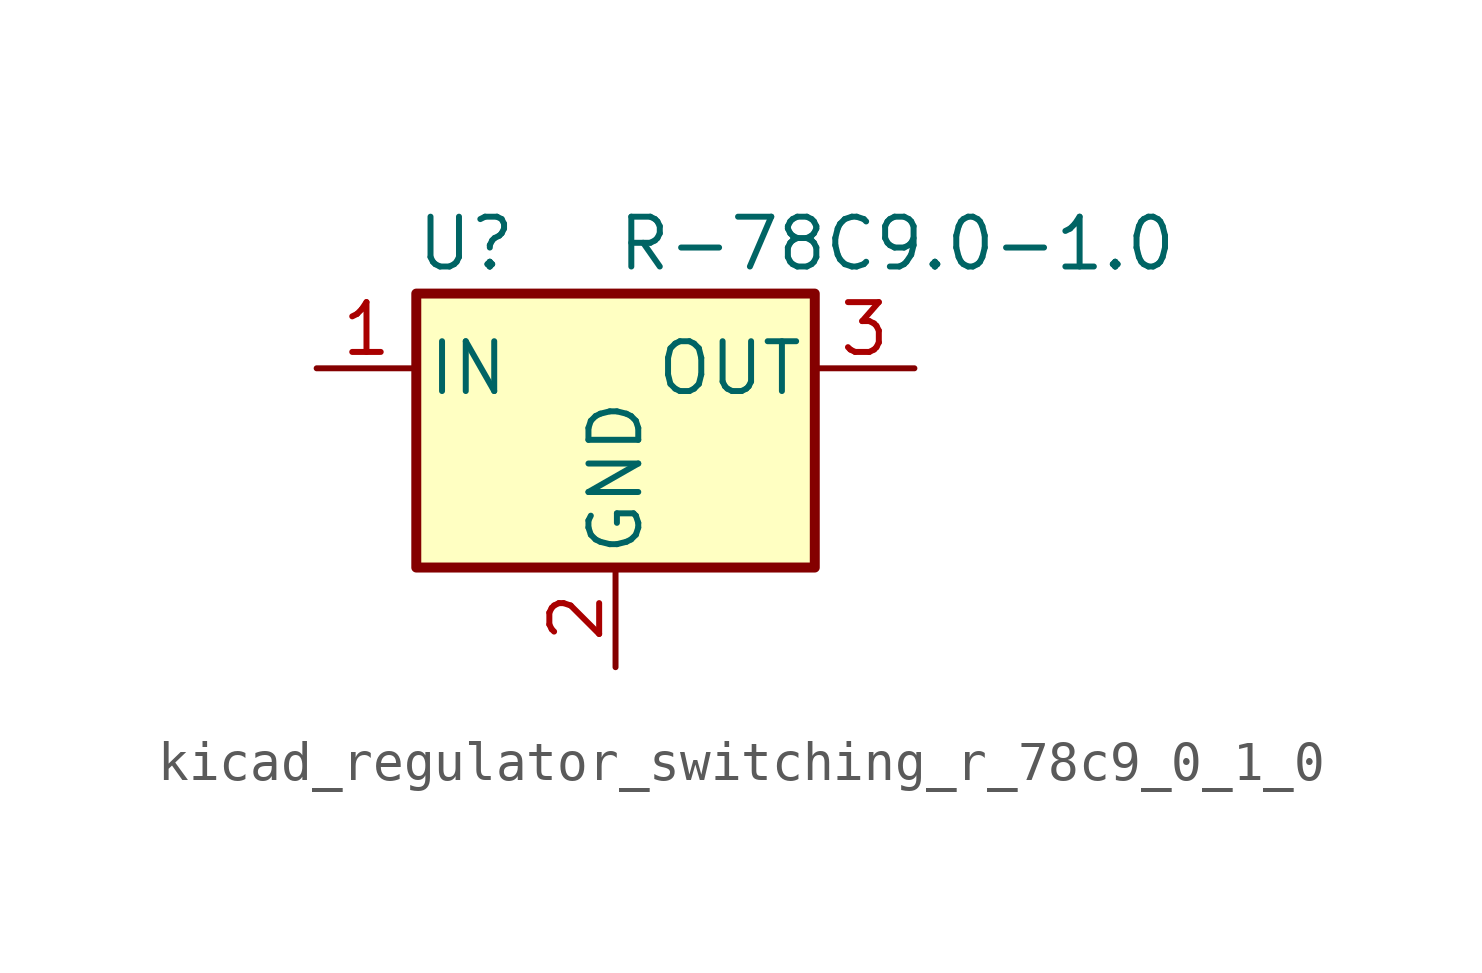
<source format=kicad_sym>
(kicad_symbol_lib
  (version 20220914)
  (generator kicad_symbol_editor)
  (symbol "kicad_regulator_switching_r_78c9_0_1_0"
    (pin_names
      (offset 0.254))
    (property "Reference" "U"
      (at -3.81 3.175 0)
      (effects (font (size 1.27 1.27))))
    (property "Value" "R-78C9.0-1.0"
      (at 0 3.175 0)
      (effects (font (size 1.27 1.27)) (justify left)))
    (symbol "kicad_regulator_switching_r_78c9_0_1_0_0_1"
      (rectangle (start -5.08 1.905) (end 5.08 -5.08) (stroke (width 0.254) (type default)) (fill (type background))))
    (symbol "kicad_regulator_switching_r_78c9_0_1_0_1_1"
      (pin power_in line (at -7.62 0 0) (length 2.54) (name "IN" (effects (font (size 1.27 1.27)))) (number "1" (effects (font (size 1.27 1.27)))))
      (pin power_in line (at 0 -7.62 90) (length 2.54) (name "GND" (effects (font (size 1.27 1.27)))) (number "2" (effects (font (size 1.27 1.27)))))
      (pin power_out line (at 7.62 0 180) (length 2.54) (name "OUT" (effects (font (size 1.27 1.27)))) (number "3" (effects (font (size 1.27 1.27))))))))
</source>
